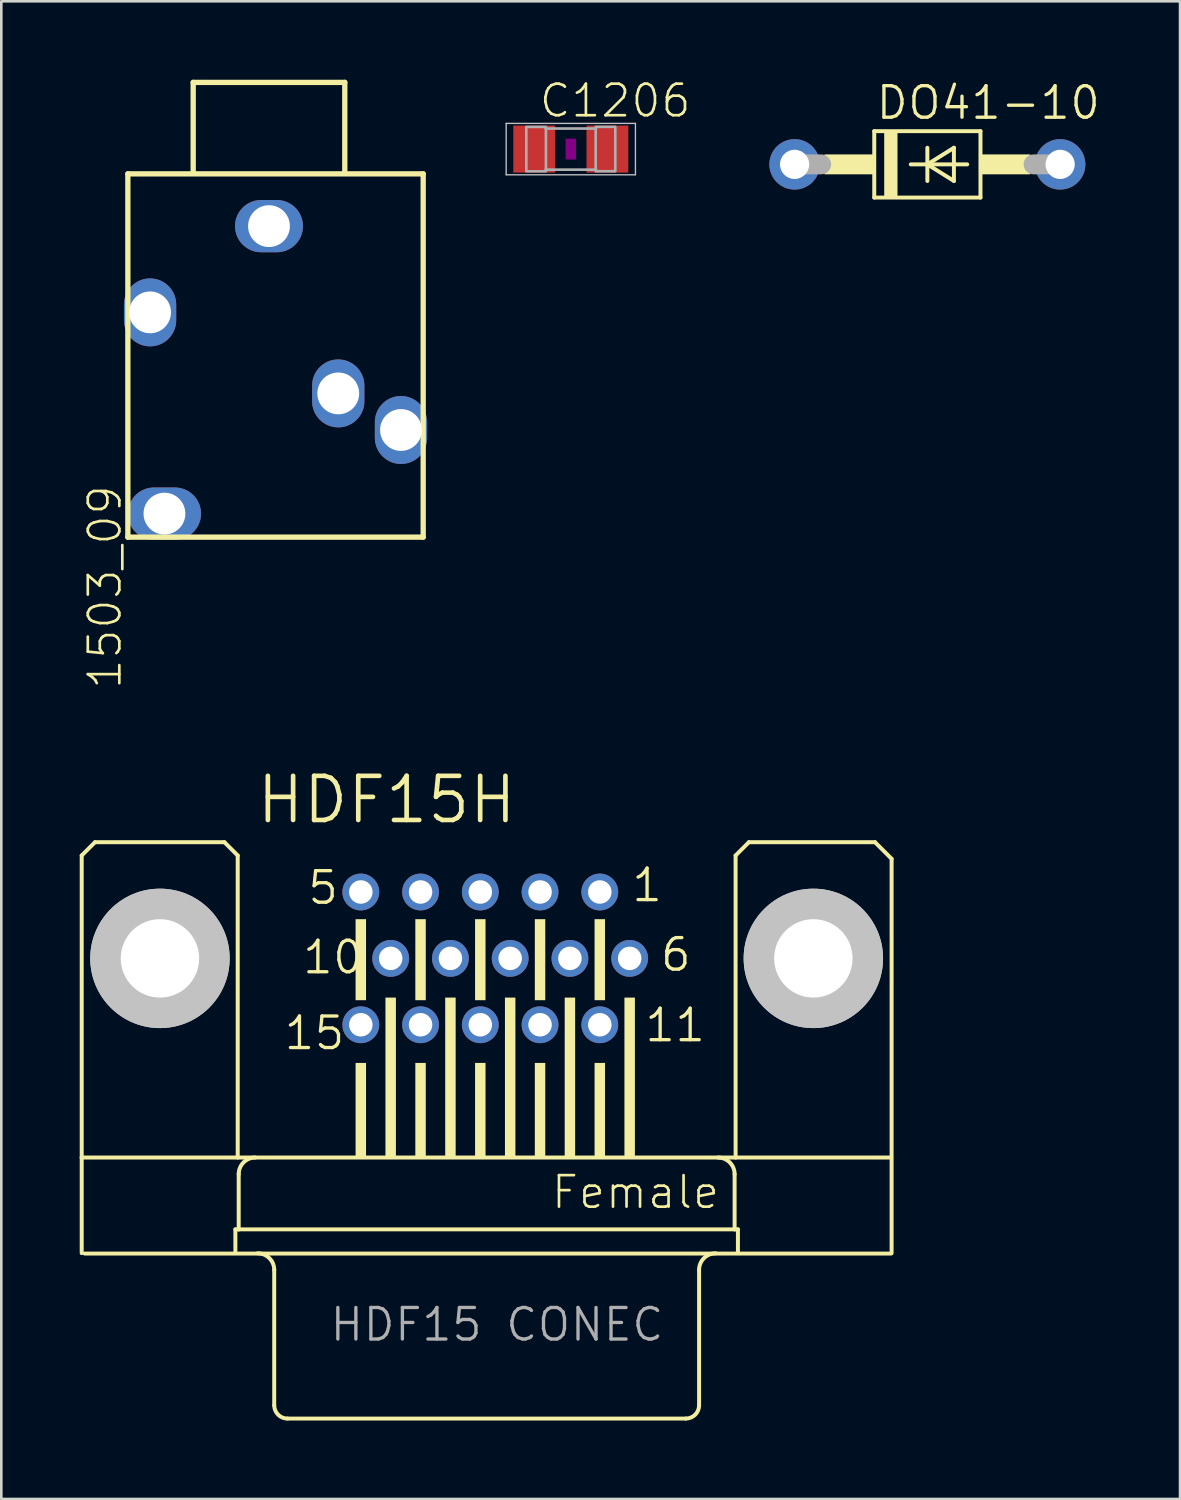
<source format=kicad_pcb>
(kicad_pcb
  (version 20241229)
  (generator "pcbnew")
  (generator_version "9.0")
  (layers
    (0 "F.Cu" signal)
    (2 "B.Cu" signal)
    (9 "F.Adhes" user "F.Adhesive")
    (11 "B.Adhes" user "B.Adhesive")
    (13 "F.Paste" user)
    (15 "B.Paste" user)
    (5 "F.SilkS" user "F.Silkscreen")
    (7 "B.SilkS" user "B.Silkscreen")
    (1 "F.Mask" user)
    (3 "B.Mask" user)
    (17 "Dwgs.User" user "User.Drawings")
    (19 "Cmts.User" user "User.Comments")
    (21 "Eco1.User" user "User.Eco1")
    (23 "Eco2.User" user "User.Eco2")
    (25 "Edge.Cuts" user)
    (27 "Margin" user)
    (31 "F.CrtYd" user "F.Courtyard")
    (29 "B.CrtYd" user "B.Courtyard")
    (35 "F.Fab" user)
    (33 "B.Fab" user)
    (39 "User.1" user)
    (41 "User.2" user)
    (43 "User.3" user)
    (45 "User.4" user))
  (footprint "HDF15H"
    (layer "F.Cu")
    (at 15.57 33.619)
    (property "Reference" "HDF15H" (at -8.89 -5.08 0) (layer "F.SilkS") (effects (font (size 1.689 1.689) (thickness 0.178)) (justify left bottom)))
    (attr through_hole)
    (fp_line (start -15.494 -3.937) (end -15.494 7.62) (stroke (width 0.152) (type solid)) (layer "F.SilkS"))
    (fp_line (start -15.494 11.276) (end -15.494 7.62) (stroke (width 0.152) (type solid)) (layer "F.SilkS"))
    (fp_line (start -14.986 -4.445) (end -15.494 -3.937) (stroke (width 0.152) (type solid)) (layer "F.SilkS"))
    (fp_line (start -10.033 -4.445) (end -14.986 -4.445) (stroke (width 0.152) (type solid)) (layer "F.SilkS"))
    (fp_line (start -9.614 10.368) (end -9.614 11.276) (stroke (width 0.152) (type solid)) (layer "F.SilkS"))
    (fp_line (start -9.525 -3.937) (end -10.033 -4.445) (stroke (width 0.152) (type solid)) (layer "F.SilkS"))
    (fp_line (start -9.525 -3.937) (end -9.525 7.62) (stroke (width 0.152) (type solid)) (layer "F.SilkS"))
    (fp_line (start -9.487 8.255) (end -9.487 10.368) (stroke (width 0.152) (type solid)) (layer "F.SilkS"))
    (fp_line (start -9.487 10.368) (end -9.614 10.368) (stroke (width 0.152) (type solid)) (layer "F.SilkS"))
    (fp_line (start -8.128 11.919) (end -8.128 17.099) (stroke (width 0.152) (type solid)) (layer "F.SilkS"))
    (fp_line (start 7.62 17.607) (end -7.62 17.607) (stroke (width 0.152) (type solid)) (layer "F.SilkS"))
    (fp_line (start 8.128 11.919) (end 8.128 17.099) (stroke (width 0.152) (type solid)) (layer "F.SilkS"))
    (fp_line (start 9.487 8.255) (end 9.487 10.368) (stroke (width 0.152) (type solid)) (layer "F.SilkS"))
    (fp_line (start 9.487 10.368) (end -9.487 10.368) (stroke (width 0.152) (type solid)) (layer "F.SilkS"))
    (fp_line (start 9.525 -3.937) (end 9.525 7.62) (stroke (width 0.152) (type solid)) (layer "F.SilkS"))
    (fp_line (start 9.614 10.368) (end 9.487 10.368) (stroke (width 0.152) (type solid)) (layer "F.SilkS"))
    (fp_line (start 9.614 10.368) (end 9.614 11.276) (stroke (width 0.152) (type solid)) (layer "F.SilkS"))
    (fp_line (start 10.033 -4.445) (end 9.525 -3.937) (stroke (width 0.152) (type solid)) (layer "F.SilkS"))
    (fp_line (start 10.033 -4.445) (end 14.859 -4.445) (stroke (width 0.152) (type solid)) (layer "F.SilkS"))
    (fp_line (start 14.859 -4.445) (end 15.494 -3.81) (stroke (width 0.152) (type solid)) (layer "F.SilkS"))
    (fp_line (start 15.475 7.62) (end -15.494 7.62) (stroke (width 0.152) (type solid)) (layer "F.SilkS"))
    (fp_line (start 15.476 11.294) (end -15.38 11.294) (stroke (width 0.152) (type solid)) (layer "F.SilkS"))
    (fp_line (start 15.494 -3.81) (end 15.494 11.276) (stroke (width 0.152) (type solid)) (layer "F.SilkS"))
    (fp_arc (start -9.487 8.255) (mid -9.301013 7.805987) (end -8.852 7.62) (stroke (width 0.1524) (type solid)) (layer "F.SilkS"))
    (fp_arc (start -8.763 11.284) (mid -8.313987 11.469987) (end -8.128 11.919) (stroke (width 0.1524) (type solid)) (layer "F.SilkS"))
    (fp_arc (start -7.62 17.607) (mid -7.97921 17.45821) (end -8.128 17.099) (stroke (width 0.1524) (type solid)) (layer "F.SilkS"))
    (fp_arc (start 8.128 11.919) (mid 8.313987 11.469987) (end 8.763 11.284) (stroke (width 0.1524) (type solid)) (layer "F.SilkS"))
    (fp_arc (start 8.128 17.099) (mid 7.97921 17.45821) (end 7.62 17.607) (stroke (width 0.1524) (type solid)) (layer "F.SilkS"))
    (fp_arc (start 8.852 7.62) (mid 9.301013 7.805987) (end 9.487 8.255) (stroke (width 0.1524) (type solid)) (layer "F.SilkS"))
    (fp_circle (center -12.5 0) (end -10.849 0) (stroke (width 0.152) (type solid)) (fill no) (layer "F.SilkS"))
    (fp_circle (center 12.5 0) (end 14.151 0) (stroke (width 0.152) (type solid)) (fill no) (layer "F.SilkS"))
    (fp_poly (pts (xy -5.015 1.6) (xy -4.615 1.6) (xy -4.615 -1.5) (xy -5.015 -1.5)) (stroke (width 0) (type solid)) (fill yes) (layer "F.SilkS"))
    (fp_poly (pts (xy -5.015 7.6) (xy -4.615 7.6) (xy -4.615 4) (xy -5.015 4)) (stroke (width 0) (type solid)) (fill yes) (layer "F.SilkS"))
    (fp_poly (pts (xy -3.872 7.6) (xy -3.472 7.6) (xy -3.472 1.5) (xy -3.872 1.5)) (stroke (width 0) (type solid)) (fill yes) (layer "F.SilkS"))
    (fp_poly (pts (xy -2.729 1.6) (xy -2.329 1.6) (xy -2.329 -1.5) (xy -2.729 -1.5)) (stroke (width 0) (type solid)) (fill yes) (layer "F.SilkS"))
    (fp_poly (pts (xy -2.729 7.6) (xy -2.329 7.6) (xy -2.329 4) (xy -2.729 4)) (stroke (width 0) (type solid)) (fill yes) (layer "F.SilkS"))
    (fp_poly (pts (xy -1.586 7.6) (xy -1.186 7.6) (xy -1.186 1.5) (xy -1.586 1.5)) (stroke (width 0) (type solid)) (fill yes) (layer "F.SilkS"))
    (fp_poly (pts (xy -0.443 1.6) (xy -0.043 1.6) (xy -0.043 -1.5) (xy -0.443 -1.5)) (stroke (width 0) (type solid)) (fill yes) (layer "F.SilkS"))
    (fp_poly (pts (xy -0.443 7.6) (xy -0.043 7.6) (xy -0.043 4) (xy -0.443 4)) (stroke (width 0) (type solid)) (fill yes) (layer "F.SilkS"))
    (fp_poly (pts (xy 0.7 7.6) (xy 1.1 7.6) (xy 1.1 1.5) (xy 0.7 1.5)) (stroke (width 0) (type solid)) (fill yes) (layer "F.SilkS"))
    (fp_poly (pts (xy 1.843 1.6) (xy 2.243 1.6) (xy 2.243 -1.5) (xy 1.843 -1.5)) (stroke (width 0) (type solid)) (fill yes) (layer "F.SilkS"))
    (fp_poly (pts (xy 1.843 7.6) (xy 2.243 7.6) (xy 2.243 4) (xy 1.843 4)) (stroke (width 0) (type solid)) (fill yes) (layer "F.SilkS"))
    (fp_poly (pts (xy 2.986 7.6) (xy 3.386 7.6) (xy 3.386 1.5) (xy 2.986 1.5)) (stroke (width 0) (type solid)) (fill yes) (layer "F.SilkS"))
    (fp_poly (pts (xy 4.129 1.6) (xy 4.529 1.6) (xy 4.529 -1.5) (xy 4.129 -1.5)) (stroke (width 0) (type solid)) (fill yes) (layer "F.SilkS"))
    (fp_poly (pts (xy 4.129 7.6) (xy 4.529 7.6) (xy 4.529 4) (xy 4.129 4)) (stroke (width 0) (type solid)) (fill yes) (layer "F.SilkS"))
    (fp_poly (pts (xy 5.272 7.6) (xy 5.672 7.6) (xy 5.672 1.5) (xy 5.272 1.5)) (stroke (width 0) (type solid)) (fill yes) (layer "F.SilkS"))
    (fp_circle (center -12.5 0) (end -9.833 0) (stroke (width 0) (type solid)) (fill yes) (layer "Dwgs.User"))
    (fp_circle (center -12.5 0) (end -9.833 0) (stroke (width 0) (type solid)) (fill yes) (layer "Dwgs.User"))
    (fp_circle (center 12.5 0) (end 15.167 0) (stroke (width 0) (type solid)) (fill yes) (layer "Dwgs.User"))
    (fp_circle (center 12.5 0) (end 15.167 0) (stroke (width 0) (type solid)) (fill yes) (layer "Dwgs.User"))
    (fp_text user "6" (at 6.58 0.565 0) (layer "F.SilkS") (effects (font (size 1.206 1.206) (thickness 0.127)) (justify left bottom)))
    (fp_text user "11" (at 5.98 3.265 0) (layer "F.SilkS") (effects (font (size 1.206 1.206) (thickness 0.127)) (justify left bottom)))
    (fp_text user "5" (at -6.915 -1.995 0) (layer "F.SilkS") (effects (font (size 1.206 1.206) (thickness 0.127)) (justify left bottom)))
    (fp_text user "15" (at -7.82 3.565 0) (layer "F.SilkS") (effects (font (size 1.206 1.206) (thickness 0.127)) (justify left bottom)))
    (fp_text user "10" (at -7.115 0.665 0) (layer "F.SilkS") (effects (font (size 1.206 1.206) (thickness 0.127)) (justify left bottom)))
    (fp_text user "1" (at 5.48 -2.095 0) (layer "F.SilkS") (effects (font (size 1.206 1.206) (thickness 0.127)) (justify left bottom)))
    (fp_text user "Female" (at 2.413 9.652 0) (layer "F.SilkS") (effects (font (size 1.206 1.206) (thickness 0.102)) (justify left bottom)))
    (fp_text user "HDF15 CONEC" (at -6.064 14.717 0) (layer "F.Fab") (effects (font (size 1.206 1.206) (thickness 0.127)) (justify left bottom)))
    (pad "" np_thru_hole circle (at -12.5 0) (size 3 3) (drill 3) (layers "*.Cu" "*.Mask"))
    (pad "" np_thru_hole circle (at 12.5 0) (size 3 3) (drill 3) (layers "*.Cu" "*.Mask"))
    (pad "1" thru_hole circle (at 4.329 -2.54) (size 1.408 1.408) (drill 0.9) (layers "*.Cu" "*.Mask"))
    (pad "2" thru_hole circle (at 2.043 -2.54) (size 1.408 1.408) (drill 0.9) (layers "*.Cu" "*.Mask"))
    (pad "3" thru_hole circle (at -0.243 -2.54) (size 1.408 1.408) (drill 0.9) (layers "*.Cu" "*.Mask"))
    (pad "4" thru_hole circle (at -2.529 -2.54) (size 1.408 1.408) (drill 0.9) (layers "*.Cu" "*.Mask"))
    (pad "5" thru_hole circle (at -4.815 -2.54) (size 1.408 1.408) (drill 0.9) (layers "*.Cu" "*.Mask"))
    (pad "6" thru_hole circle (at 5.472 0) (size 1.408 1.408) (drill 0.9) (layers "*.Cu" "*.Mask"))
    (pad "7" thru_hole circle (at 3.186 0) (size 1.408 1.408) (drill 0.9) (layers "*.Cu" "*.Mask"))
    (pad "8" thru_hole circle (at 0.9 0) (size 1.408 1.408) (drill 0.9) (layers "*.Cu" "*.Mask"))
    (pad "9" thru_hole circle (at -1.386 0) (size 1.408 1.408) (drill 0.9) (layers "*.Cu" "*.Mask"))
    (pad "10" thru_hole circle (at -3.672 0) (size 1.408 1.408) (drill 0.9) (layers "*.Cu" "*.Mask"))
    (pad "11" thru_hole circle (at 4.329 2.54) (size 1.408 1.408) (drill 0.9) (layers "*.Cu" "*.Mask"))
    (pad "12" thru_hole circle (at 2.043 2.54) (size 1.408 1.408) (drill 0.9) (layers "*.Cu" "*.Mask"))
    (pad "13" thru_hole circle (at -0.243 2.54) (size 1.408 1.408) (drill 0.9) (layers "*.Cu" "*.Mask"))
    (pad "14" thru_hole circle (at -2.529 2.54) (size 1.408 1.408) (drill 0.9) (layers "*.Cu" "*.Mask"))
    (pad "15" thru_hole circle (at -4.815 2.54) (size 1.408 1.408) (drill 0.9) (layers "*.Cu" "*.Mask")))
  (footprint "1503_09"
    (layer "F.Cu")
    (at 7.242 3.502)
    (property "Reference" "1503_09" (at -6.985 11.938 270) (layer "F.SilkS") (effects (font (size 1.206 1.206) (thickness 0.102)) (justify right top)))
    (attr through_hole)
    (fp_line (start -5.4 0.1) (end 5.9 0.1) (stroke (width 0.203) (type solid)) (layer "F.SilkS"))
    (fp_line (start -5.4 14) (end -5.4 0.1) (stroke (width 0.203) (type solid)) (layer "F.SilkS"))
    (fp_line (start -2.9 -3.4) (end 2.9 -3.4) (stroke (width 0.203) (type solid)) (layer "F.SilkS"))
    (fp_line (start -2.9 0) (end -2.9 -3.4) (stroke (width 0.203) (type solid)) (layer "F.SilkS"))
    (fp_line (start 2.9 -3.4) (end 2.9 0) (stroke (width 0.203) (type solid)) (layer "F.SilkS"))
    (fp_line (start 5.9 0.1) (end 5.9 14) (stroke (width 0.203) (type solid)) (layer "F.SilkS"))
    (fp_line (start 5.9 14) (end -5.4 14) (stroke (width 0.203) (type solid)) (layer "F.SilkS"))
    (pad "1" thru_hole oval (at 0 2.1 180) (size 2.6 2) (drill 1.6) (layers "*.Cu" "*.Mask"))
    (pad "2" thru_hole oval (at -4.55 5.4 90) (size 2.6 2) (drill 1.6) (layers "*.Cu" "*.Mask"))
    (pad "3" thru_hole oval (at 5.05 9.9 90) (size 2.6 2) (drill 1.6) (layers "*.Cu" "*.Mask"))
    (pad "4" thru_hole oval (at -4 13.1 180) (size 2.8 2) (drill 1.6) (layers "*.Cu" "*.Mask"))
    (pad "5" thru_hole oval (at 2.65 8.5 90) (size 2.6 2) (drill 1.6) (layers "*.Cu" "*.Mask")))
  (footprint "C1206"
    (layer "F.Cu")
    (at 18.79 2.654)
    (property "Reference" "C1206" (at -1.27 -1.143 0) (layer "F.SilkS") (effects (font (size 1.206 1.206) (thickness 0.102)) (justify left bottom)))
    (attr through_hole)
    (fp_poly (pts (xy -0.2 0.4) (xy 0.2 0.4) (xy 0.2 -0.4) (xy -0.2 -0.4)) (stroke (width 0) (type solid)) (fill yes) (layer "F.Adhes"))
    (fp_line (start -2.473 -0.983) (end 2.473 -0.983) (stroke (width 0.051) (type solid)) (layer "Dwgs.User"))
    (fp_line (start -2.473 0.983) (end -2.473 -0.983) (stroke (width 0.051) (type solid)) (layer "Dwgs.User"))
    (fp_line (start 2.473 -0.983) (end 2.473 0.983) (stroke (width 0.051) (type solid)) (layer "Dwgs.User"))
    (fp_line (start 2.473 0.983) (end -2.473 0.983) (stroke (width 0.051) (type solid)) (layer "Dwgs.User"))
    (fp_line (start -0.965 -0.787) (end 0.965 -0.787) (stroke (width 0.102) (type solid)) (layer "F.Fab"))
    (fp_line (start -0.965 0.787) (end 0.965 0.787) (stroke (width 0.102) (type solid)) (layer "F.Fab"))
    (fp_poly (pts (xy -1.702 0.851) (xy -0.952 0.851) (xy -0.952 -0.849) (xy -1.702 -0.849)) (stroke (width 0.1) (type solid)) (fill no) (layer "F.Fab"))
    (fp_poly (pts (xy 0.952 0.849) (xy 1.702 0.849) (xy 1.702 -0.851) (xy 0.952 -0.851)) (stroke (width 0.1) (type solid)) (fill no) (layer "F.Fab"))
    (pad "1" smd rect (at -1.4 0) (size 1.6 1.8) (layers "F.Cu" "F.Mask" "F.Paste"))
    (pad "2" smd rect (at 1.4 0) (size 1.6 1.8) (layers "F.Cu" "F.Mask" "F.Paste")))
  (footprint "DO41-10"
    (layer "F.Cu")
    (at 32.432 3.239)
    (property "Reference" "DO41-10" (at -2.032 -1.651 0) (layer "F.SilkS") (effects (font (size 1.206 1.206) (thickness 0.127)) (justify left bottom)))
    (attr through_hole)
    (fp_line (start -2.032 -1.27) (end -2.032 1.27) (stroke (width 0.152) (type solid)) (layer "F.SilkS"))
    (fp_line (start -2.032 -1.27) (end 2.032 -1.27) (stroke (width 0.152) (type solid)) (layer "F.SilkS"))
    (fp_line (start -0.635 0) (end 0 0) (stroke (width 0.152) (type solid)) (layer "F.SilkS"))
    (fp_line (start 0 -0.635) (end 0 0) (stroke (width 0.152) (type solid)) (layer "F.SilkS"))
    (fp_line (start 0 0) (end 0 0.635) (stroke (width 0.152) (type solid)) (layer "F.SilkS"))
    (fp_line (start 0 0) (end 1.016 -0.635) (stroke (width 0.152) (type solid)) (layer "F.SilkS"))
    (fp_line (start 0 0) (end 1.524 0) (stroke (width 0.152) (type solid)) (layer "F.SilkS"))
    (fp_line (start 1.016 -0.635) (end 1.016 0.635) (stroke (width 0.152) (type solid)) (layer "F.SilkS"))
    (fp_line (start 1.016 0.635) (end 0 0) (stroke (width 0.152) (type solid)) (layer "F.SilkS"))
    (fp_line (start 2.032 1.27) (end -2.032 1.27) (stroke (width 0.152) (type solid)) (layer "F.SilkS"))
    (fp_line (start 2.032 1.27) (end 2.032 -1.27) (stroke (width 0.152) (type solid)) (layer "F.SilkS"))
    (fp_poly (pts (xy -3.937 0.381) (xy -2.032 0.381) (xy -2.032 -0.381) (xy -3.937 -0.381)) (stroke (width 0) (type solid)) (fill yes) (layer "F.SilkS"))
    (fp_poly (pts (xy -1.651 1.27) (xy -1.143 1.27) (xy -1.143 -1.27) (xy -1.651 -1.27)) (stroke (width 0) (type solid)) (fill yes) (layer "F.SilkS"))
    (fp_poly (pts (xy 2.032 0.381) (xy 3.937 0.381) (xy 3.937 -0.381) (xy 2.032 -0.381)) (stroke (width 0) (type solid)) (fill yes) (layer "F.SilkS"))
    (fp_line (start -5.08 0) (end -4.064 0) (stroke (width 0.762) (type solid)) (layer "F.Fab"))
    (fp_line (start 5.08 0) (end 4.064 0) (stroke (width 0.762) (type solid)) (layer "F.Fab"))
    (pad "A" thru_hole circle (at 5.08 0) (size 1.93 1.93) (drill 1.118) (layers "*.Cu" "*.Mask"))
    (pad "C" thru_hole circle (at -5.08 0) (size 1.93 1.93) (drill 1.118) (layers "*.Cu" "*.Mask")))
  (gr_rect
    (start -3 -3)
    (end 42.1 54.302)
    (stroke (width 0.1) (type default))
    (fill no)
    (layer "Edge.Cuts")))
</source>
